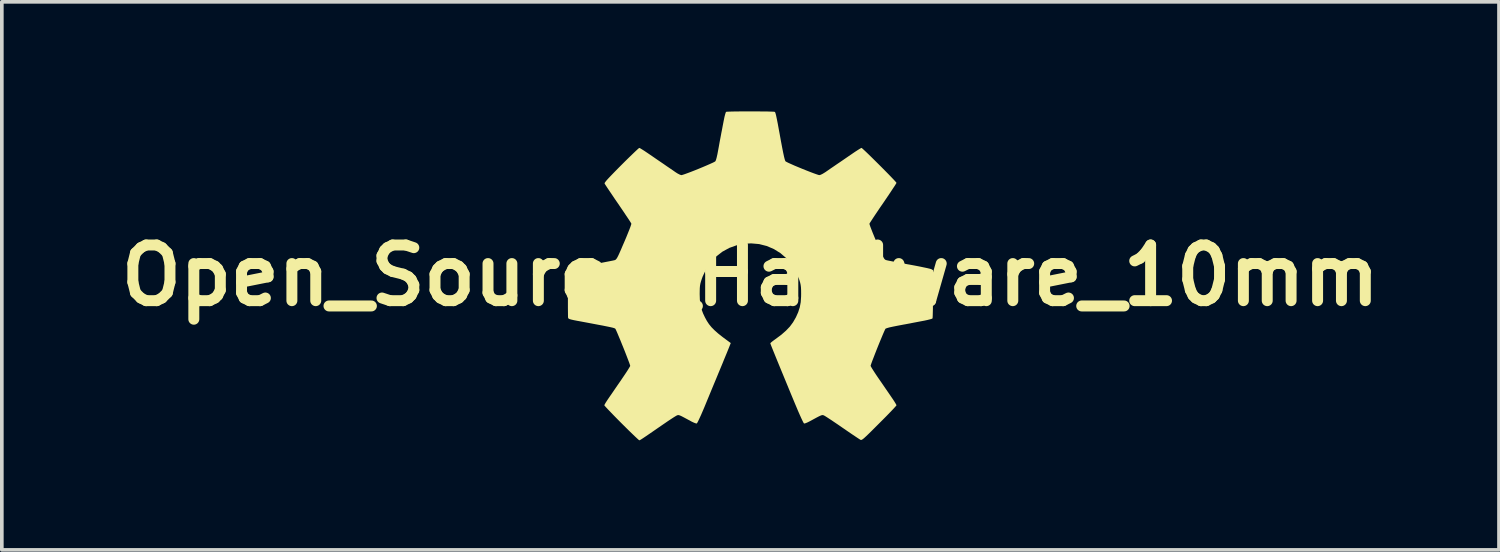
<source format=kicad_pcb>
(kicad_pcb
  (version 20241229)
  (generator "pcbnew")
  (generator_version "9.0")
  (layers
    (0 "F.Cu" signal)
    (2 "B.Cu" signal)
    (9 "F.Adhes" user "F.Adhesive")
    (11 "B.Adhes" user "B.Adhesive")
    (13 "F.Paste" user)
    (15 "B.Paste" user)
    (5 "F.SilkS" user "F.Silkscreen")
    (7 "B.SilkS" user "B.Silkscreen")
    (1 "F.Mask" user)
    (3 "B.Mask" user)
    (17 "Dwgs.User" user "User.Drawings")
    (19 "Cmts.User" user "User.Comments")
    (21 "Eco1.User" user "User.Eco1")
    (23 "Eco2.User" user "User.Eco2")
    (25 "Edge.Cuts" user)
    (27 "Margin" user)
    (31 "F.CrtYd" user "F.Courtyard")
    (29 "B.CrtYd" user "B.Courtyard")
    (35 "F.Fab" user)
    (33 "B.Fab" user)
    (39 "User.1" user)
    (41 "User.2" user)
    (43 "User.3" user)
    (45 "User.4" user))
  (footprint "Open_Source_Hardware_10mm"
    (layer "F.Cu")
    (at 17.497 4.493)
    (property "Reference" "Open_Source_Hardware_10mm" (at 0 0 0) (layer "F.SilkS") (effects (font (size 1.524 1.524) (thickness 0.3))))
    (attr board_only exclude_from_pos_files exclude_from_bom)
    (fp_poly (pts (xy 0.111 -4.493) (xy 0.243 -4.492) (xy 0.365 -4.491) (xy 0.473 -4.49) (xy 0.562 -4.487) (xy 0.627 -4.485) (xy 0.662 -4.481) (xy 0.667 -4.48) (xy 0.674 -4.473) (xy 0.682 -4.457) (xy 0.69 -4.431) (xy 0.701 -4.391) (xy 0.713 -4.335) (xy 0.729 -4.257) (xy 0.749 -4.157) (xy 0.772 -4.03) (xy 0.801 -3.874) (xy 0.835 -3.685) (xy 0.837 -3.675) (xy 0.87 -3.5) (xy 0.898 -3.359) (xy 0.921 -3.252) (xy 0.94 -3.179) (xy 0.955 -3.136) (xy 0.961 -3.126) (xy 0.988 -3.11) (xy 1.042 -3.083) (xy 1.12 -3.048) (xy 1.214 -3.006) (xy 1.32 -2.962) (xy 1.431 -2.916) (xy 1.541 -2.872) (xy 1.646 -2.831) (xy 1.739 -2.796) (xy 1.815 -2.769) (xy 1.867 -2.752) (xy 1.889 -2.748) (xy 1.926 -2.758) (xy 1.982 -2.786) (xy 2.044 -2.824) (xy 2.055 -2.831) (xy 2.117 -2.874) (xy 2.199 -2.931) (xy 2.289 -2.992) (xy 2.373 -3.05) (xy 2.468 -3.114) (xy 2.579 -3.19) (xy 2.692 -3.268) (xy 2.795 -3.338) (xy 2.797 -3.34) (xy 2.877 -3.394) (xy 2.947 -3.439) (xy 3.002 -3.473) (xy 3.035 -3.491) (xy 3.042 -3.493) (xy 3.06 -3.481) (xy 3.099 -3.446) (xy 3.157 -3.392) (xy 3.23 -3.322) (xy 3.314 -3.24) (xy 3.405 -3.15) (xy 3.501 -3.055) (xy 3.598 -2.958) (xy 3.691 -2.864) (xy 3.779 -2.775) (xy 3.856 -2.695) (xy 3.921 -2.627) (xy 3.968 -2.576) (xy 3.995 -2.544) (xy 4 -2.536) (xy 3.99 -2.517) (xy 3.962 -2.471) (xy 3.917 -2.403) (xy 3.859 -2.315) (xy 3.79 -2.211) (xy 3.711 -2.095) (xy 3.634 -1.981) (xy 3.548 -1.857) (xy 3.47 -1.741) (xy 3.4 -1.637) (xy 3.342 -1.549) (xy 3.298 -1.481) (xy 3.269 -1.436) (xy 3.26 -1.418) (xy 3.264 -1.394) (xy 3.282 -1.341) (xy 3.311 -1.265) (xy 3.349 -1.168) (xy 3.395 -1.056) (xy 3.447 -0.934) (xy 3.456 -0.913) (xy 3.516 -0.774) (xy 3.563 -0.666) (xy 3.6 -0.583) (xy 3.629 -0.522) (xy 3.651 -0.48) (xy 3.67 -0.452) (xy 3.686 -0.436) (xy 3.703 -0.426) (xy 3.722 -0.42) (xy 3.726 -0.419) (xy 3.759 -0.411) (xy 3.824 -0.398) (xy 3.915 -0.38) (xy 4.026 -0.359) (xy 4.154 -0.335) (xy 4.292 -0.309) (xy 4.355 -0.298) (xy 4.495 -0.272) (xy 4.625 -0.247) (xy 4.74 -0.223) (xy 4.836 -0.203) (xy 4.908 -0.186) (xy 4.95 -0.174) (xy 4.959 -0.17) (xy 5 -0.145) (xy 5 0.505) (xy 4.999 0.656) (xy 4.998 0.796) (xy 4.997 0.92) (xy 4.994 1.024) (xy 4.992 1.105) (xy 4.989 1.157) (xy 4.986 1.176) (xy 4.964 1.187) (xy 4.913 1.202) (xy 4.84 1.22) (xy 4.752 1.239) (xy 4.718 1.245) (xy 4.618 1.264) (xy 4.524 1.282) (xy 4.445 1.297) (xy 4.39 1.308) (xy 4.382 1.31) (xy 4.316 1.322) (xy 4.237 1.337) (xy 4.191 1.345) (xy 4.027 1.376) (xy 3.897 1.402) (xy 3.801 1.423) (xy 3.736 1.442) (xy 3.702 1.456) (xy 3.698 1.459) (xy 3.686 1.482) (xy 3.662 1.534) (xy 3.63 1.608) (xy 3.591 1.701) (xy 3.547 1.807) (xy 3.501 1.92) (xy 3.455 2.035) (xy 3.411 2.147) (xy 3.371 2.251) (xy 3.336 2.341) (xy 3.31 2.412) (xy 3.295 2.458) (xy 3.291 2.474) (xy 3.301 2.496) (xy 3.329 2.544) (xy 3.372 2.612) (xy 3.427 2.697) (xy 3.492 2.793) (xy 3.536 2.857) (xy 3.613 2.968) (xy 3.69 3.081) (xy 3.763 3.187) (xy 3.827 3.28) (xy 3.876 3.352) (xy 3.89 3.372) (xy 3.935 3.44) (xy 3.971 3.498) (xy 3.994 3.539) (xy 4 3.554) (xy 3.988 3.571) (xy 3.952 3.611) (xy 3.897 3.671) (xy 3.824 3.747) (xy 3.737 3.837) (xy 3.638 3.937) (xy 3.53 4.045) (xy 3.528 4.047) (xy 3.405 4.17) (xy 3.305 4.27) (xy 3.225 4.348) (xy 3.163 4.407) (xy 3.116 4.45) (xy 3.081 4.479) (xy 3.055 4.495) (xy 3.037 4.503) (xy 3.023 4.503) (xy 3.015 4.5) (xy 2.99 4.485) (xy 2.939 4.452) (xy 2.866 4.403) (xy 2.776 4.343) (xy 2.672 4.272) (xy 2.559 4.194) (xy 2.518 4.166) (xy 2.402 4.086) (xy 2.294 4.013) (xy 2.197 3.948) (xy 2.116 3.895) (xy 2.055 3.856) (xy 2.019 3.835) (xy 2.013 3.832) (xy 1.994 3.825) (xy 1.976 3.822) (xy 1.954 3.825) (xy 1.923 3.836) (xy 1.879 3.856) (xy 1.817 3.888) (xy 1.732 3.934) (xy 1.625 3.992) (xy 1.561 4.024) (xy 1.507 4.046) (xy 1.473 4.053) (xy 1.469 4.053) (xy 1.455 4.034) (xy 1.43 3.986) (xy 1.395 3.912) (xy 1.352 3.817) (xy 1.303 3.705) (xy 1.251 3.581) (xy 1.228 3.527) (xy 1.109 3.241) (xy 1.001 2.979) (xy 0.903 2.741) (xy 0.816 2.53) (xy 0.74 2.345) (xy 0.676 2.188) (xy 0.624 2.06) (xy 0.585 1.963) (xy 0.559 1.896) (xy 0.547 1.862) (xy 0.545 1.857) (xy 0.559 1.84) (xy 0.597 1.808) (xy 0.651 1.767) (xy 0.686 1.742) (xy 0.845 1.624) (xy 0.974 1.511) (xy 1.08 1.4) (xy 1.167 1.282) (xy 1.241 1.154) (xy 1.246 1.145) (xy 1.309 1.004) (xy 1.352 0.87) (xy 1.378 0.73) (xy 1.388 0.573) (xy 1.389 0.5) (xy 1.388 0.398) (xy 1.384 0.322) (xy 1.376 0.259) (xy 1.363 0.198) (xy 1.342 0.13) (xy 1.327 0.085) (xy 1.239 -0.123) (xy 1.124 -0.309) (xy 0.984 -0.473) (xy 0.822 -0.612) (xy 0.642 -0.724) (xy 0.447 -0.807) (xy 0.239 -0.86) (xy 0.022 -0.879) (xy -0.15 -0.871) (xy -0.371 -0.829) (xy -0.578 -0.755) (xy -0.768 -0.651) (xy -0.938 -0.518) (xy -1.087 -0.359) (xy -1.211 -0.176) (xy -1.307 0.028) (xy -1.328 0.085) (xy -1.353 0.161) (xy -1.37 0.223) (xy -1.38 0.281) (xy -1.386 0.345) (xy -1.388 0.428) (xy -1.389 0.509) (xy -1.384 0.665) (xy -1.369 0.797) (xy -1.341 0.918) (xy -1.296 1.039) (xy -1.245 1.147) (xy -1.192 1.244) (xy -1.134 1.332) (xy -1.066 1.416) (xy -0.983 1.5) (xy -0.883 1.589) (xy -0.759 1.687) (xy -0.609 1.798) (xy -0.59 1.812) (xy -0.538 1.85) (xy -0.595 1.994) (xy -0.608 2.026) (xy -0.623 2.063) (xy -0.641 2.108) (xy -0.664 2.163) (xy -0.692 2.231) (xy -0.726 2.313) (xy -0.766 2.412) (xy -0.815 2.53) (xy -0.873 2.669) (xy -0.94 2.832) (xy -1.019 3.021) (xy -1.109 3.239) (xy -1.211 3.486) (xy -1.254 3.591) (xy -1.305 3.711) (xy -1.352 3.82) (xy -1.395 3.913) (xy -1.429 3.986) (xy -1.455 4.034) (xy -1.468 4.053) (xy -1.496 4.049) (xy -1.545 4.031) (xy -1.607 4.002) (xy -1.625 3.992) (xy -1.736 3.932) (xy -1.82 3.887) (xy -1.881 3.855) (xy -1.925 3.835) (xy -1.955 3.825) (xy -1.977 3.822) (xy -1.994 3.825) (xy -2.013 3.832) (xy -2.042 3.848) (xy -2.096 3.881) (xy -2.17 3.929) (xy -2.259 3.988) (xy -2.358 4.056) (xy -2.418 4.097) (xy -2.569 4.201) (xy -2.692 4.286) (xy -2.791 4.354) (xy -2.869 4.407) (xy -2.927 4.446) (xy -2.971 4.475) (xy -3.001 4.494) (xy -3.021 4.505) (xy -3.033 4.511) (xy -3.042 4.512) (xy -3.043 4.512) (xy -3.06 4.5) (xy -3.1 4.464) (xy -3.159 4.409) (xy -3.235 4.336) (xy -3.325 4.249) (xy -3.425 4.15) (xy -3.532 4.044) (xy -3.639 3.936) (xy -3.737 3.836) (xy -3.824 3.746) (xy -3.897 3.67) (xy -3.952 3.611) (xy -3.988 3.571) (xy -4 3.554) (xy -3.99 3.531) (xy -3.964 3.485) (xy -3.925 3.424) (xy -3.89 3.372) (xy -3.847 3.309) (xy -3.787 3.223) (xy -3.717 3.12) (xy -3.641 3.009) (xy -3.563 2.897) (xy -3.536 2.857) (xy -3.467 2.755) (xy -3.405 2.663) (xy -3.354 2.584) (xy -3.317 2.523) (xy -3.295 2.485) (xy -3.291 2.474) (xy -3.298 2.449) (xy -3.316 2.396) (xy -3.345 2.319) (xy -3.381 2.225) (xy -3.422 2.119) (xy -3.467 2.005) (xy -3.514 1.89) (xy -3.559 1.778) (xy -3.602 1.676) (xy -3.639 1.587) (xy -3.669 1.518) (xy -3.69 1.473) (xy -3.698 1.459) (xy -3.706 1.453) (xy -3.719 1.446) (xy -3.739 1.439) (xy -3.769 1.43) (xy -3.812 1.42) (xy -3.872 1.407) (xy -3.95 1.391) (xy -4.049 1.371) (xy -4.173 1.348) (xy -4.325 1.319) (xy -4.506 1.285) (xy -4.72 1.245) (xy -4.723 1.245) (xy -4.826 1.225) (xy -4.898 1.209) (xy -4.945 1.196) (xy -4.973 1.184) (xy -4.987 1.17) (xy -4.992 1.158) (xy -4.994 1.131) (xy -4.995 1.072) (xy -4.996 0.986) (xy -4.997 0.877) (xy -4.997 0.749) (xy -4.997 0.607) (xy -4.996 0.482) (xy -4.991 -0.154) (xy -4.945 -0.176) (xy -4.917 -0.184) (xy -4.857 -0.198) (xy -4.771 -0.216) (xy -4.663 -0.238) (xy -4.539 -0.262) (xy -4.402 -0.288) (xy -4.336 -0.3) (xy -4.195 -0.326) (xy -4.063 -0.35) (xy -3.946 -0.373) (xy -3.847 -0.392) (xy -3.772 -0.407) (xy -3.726 -0.417) (xy -3.716 -0.42) (xy -3.699 -0.427) (xy -3.683 -0.439) (xy -3.666 -0.459) (xy -3.645 -0.492) (xy -3.62 -0.54) (xy -3.588 -0.609) (xy -3.547 -0.701) (xy -3.496 -0.821) (xy -3.456 -0.913) (xy -3.403 -1.037) (xy -3.357 -1.151) (xy -3.317 -1.25) (xy -3.286 -1.331) (xy -3.267 -1.388) (xy -3.259 -1.416) (xy -3.26 -1.418) (xy -3.271 -1.44) (xy -3.301 -1.488) (xy -3.347 -1.558) (xy -3.407 -1.647) (xy -3.477 -1.752) (xy -3.556 -1.868) (xy -3.624 -1.968) (xy -3.709 -2.091) (xy -3.786 -2.206) (xy -3.855 -2.308) (xy -3.913 -2.394) (xy -3.957 -2.461) (xy -3.985 -2.504) (xy -3.993 -2.52) (xy -3.99 -2.535) (xy -3.972 -2.562) (xy -3.938 -2.605) (xy -3.885 -2.663) (xy -3.812 -2.74) (xy -3.718 -2.837) (xy -3.6 -2.957) (xy -3.535 -3.022) (xy -3.427 -3.13) (xy -3.326 -3.229) (xy -3.236 -3.316) (xy -3.16 -3.389) (xy -3.1 -3.445) (xy -3.06 -3.481) (xy -3.042 -3.493) (xy -3.042 -3.493) (xy -3.02 -3.484) (xy -2.974 -3.456) (xy -2.91 -3.416) (xy -2.834 -3.365) (xy -2.797 -3.34) (xy -2.694 -3.27) (xy -2.581 -3.192) (xy -2.47 -3.116) (xy -2.374 -3.051) (xy -2.373 -3.05) (xy -2.285 -2.989) (xy -2.195 -2.928) (xy -2.113 -2.872) (xy -2.055 -2.831) (xy -1.992 -2.791) (xy -1.935 -2.762) (xy -1.894 -2.748) (xy -1.889 -2.748) (xy -1.858 -2.755) (xy -1.8 -2.774) (xy -1.72 -2.803) (xy -1.624 -2.839) (xy -1.517 -2.881) (xy -1.406 -2.926) (xy -1.295 -2.972) (xy -1.192 -3.016) (xy -1.101 -3.056) (xy -1.028 -3.089) (xy -0.979 -3.114) (xy -0.961 -3.126) (xy -0.944 -3.159) (xy -0.925 -3.226) (xy -0.903 -3.323) (xy -0.883 -3.43) (xy -0.862 -3.543) (xy -0.841 -3.662) (xy -0.82 -3.772) (xy -0.803 -3.861) (xy -0.801 -3.876) (xy -0.782 -3.97) (xy -0.761 -4.083) (xy -0.739 -4.197) (xy -0.727 -4.258) (xy -0.71 -4.341) (xy -0.692 -4.411) (xy -0.677 -4.46) (xy -0.666 -4.48) (xy -0.643 -4.484) (xy -0.589 -4.486) (xy -0.508 -4.489) (xy -0.407 -4.491) (xy -0.289 -4.492) (xy -0.16 -4.493) (xy -0.025 -4.493)) (stroke (width 0) (type solid)) (fill yes) (layer "F.SilkS")))
  (gr_rect
    (start -3 -3)
    (end 37.994 12.006)
    (stroke (width 0.1) (type default))
    (fill no)
    (layer "Edge.Cuts")))
</source>
